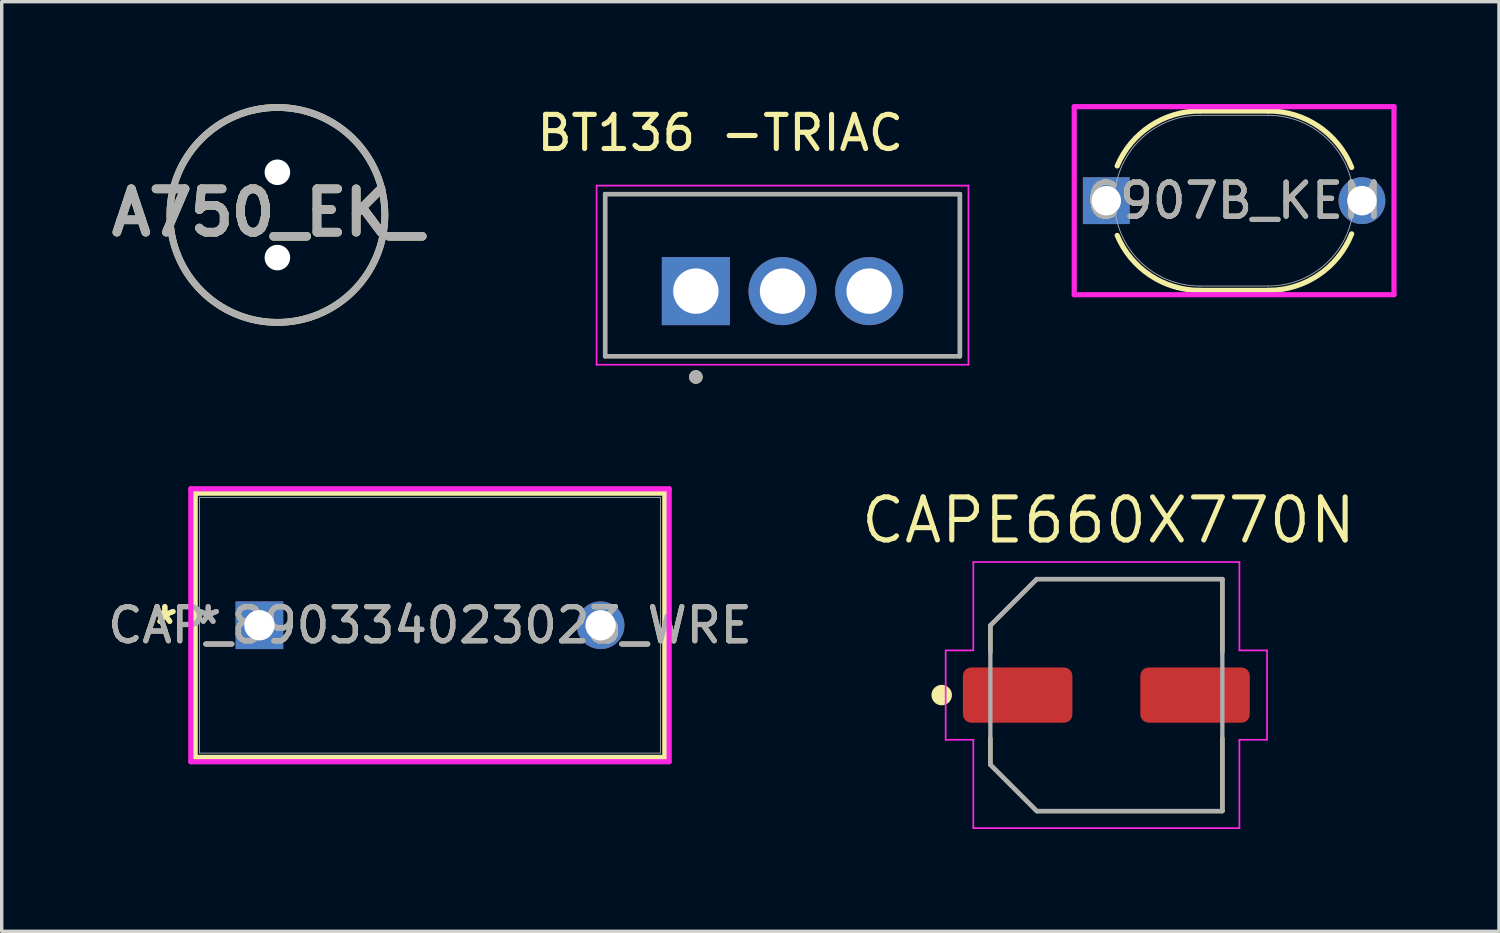
<source format=kicad_pcb>
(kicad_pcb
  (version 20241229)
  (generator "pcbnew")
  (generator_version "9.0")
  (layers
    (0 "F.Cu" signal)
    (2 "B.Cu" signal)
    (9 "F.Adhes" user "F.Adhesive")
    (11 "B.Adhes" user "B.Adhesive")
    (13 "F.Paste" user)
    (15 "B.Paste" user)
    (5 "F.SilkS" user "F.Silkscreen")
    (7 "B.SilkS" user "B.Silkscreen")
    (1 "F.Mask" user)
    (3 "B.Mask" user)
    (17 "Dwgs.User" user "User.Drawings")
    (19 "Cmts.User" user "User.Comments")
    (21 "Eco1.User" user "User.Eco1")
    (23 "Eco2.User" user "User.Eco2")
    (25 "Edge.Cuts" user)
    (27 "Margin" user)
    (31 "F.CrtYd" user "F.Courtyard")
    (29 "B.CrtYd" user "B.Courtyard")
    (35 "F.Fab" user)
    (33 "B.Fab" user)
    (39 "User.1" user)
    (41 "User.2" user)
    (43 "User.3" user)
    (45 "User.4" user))
  (footprint "CAP_890334023023_WRE"
    (layer "F.Cu")
    (at 4.554 15.277)
    (property "Reference" "CAP_890334023023_WRE" (at 5 0 0) (unlocked yes) (layer "F.SilkS") (effects (font (size 1 1) (thickness 0.15))))
    (attr through_hole)
    (fp_line (start -1.883 -3.873) (end -1.883 3.873) (stroke (width 0.152) (type solid)) (layer "F.SilkS"))
    (fp_line (start -1.883 3.873) (end 11.883 3.873) (stroke (width 0.152) (type solid)) (layer "F.SilkS"))
    (fp_line (start 11.883 -3.873) (end -1.883 -3.873) (stroke (width 0.152) (type solid)) (layer "F.SilkS"))
    (fp_line (start 11.883 3.873) (end 11.883 -3.873) (stroke (width 0.152) (type solid)) (layer "F.SilkS"))
    (fp_line (start -2.01 -4) (end 12.01 -4) (stroke (width 0.152) (type solid)) (layer "F.CrtYd"))
    (fp_line (start -2.01 4) (end -2.01 -4) (stroke (width 0.152) (type solid)) (layer "F.CrtYd"))
    (fp_line (start 12.01 -4) (end 12.01 4) (stroke (width 0.152) (type solid)) (layer "F.CrtYd"))
    (fp_line (start 12.01 4) (end -2.01 4) (stroke (width 0.152) (type solid)) (layer "F.CrtYd"))
    (fp_line (start -1.756 -3.747) (end -1.756 3.747) (stroke (width 0.025) (type solid)) (layer "F.Fab"))
    (fp_line (start -1.756 3.747) (end 11.756 3.747) (stroke (width 0.025) (type solid)) (layer "F.Fab"))
    (fp_line (start 11.756 -3.747) (end -1.756 -3.747) (stroke (width 0.025) (type solid)) (layer "F.Fab"))
    (fp_line (start 11.756 3.747) (end 11.756 -3.747) (stroke (width 0.025) (type solid)) (layer "F.Fab"))
    (fp_text user "*" (at -2.772 0 0) (unlocked yes) (layer "F.SilkS") (effects (font (size 1 1) (thickness 0.15))))
    (fp_text user "*" (at -2.772 0 0) (layer "F.SilkS") (effects (font (size 1 1) (thickness 0.15))))
    (fp_text user "*" (at -1.502 0 0) (unlocked yes) (layer "F.Fab") (effects (font (size 1 1) (thickness 0.15))))
    (fp_text user "*" (at -1.502 0 0) (layer "F.Fab") (effects (font (size 1 1) (thickness 0.15))))
    (fp_text user "${REFERENCE}" (at 5 0 0) (unlocked yes) (layer "F.Fab") (effects (font (size 1 1) (thickness 0.15))))
    (pad "1" thru_hole rect (at 0 0) (size 1.397 1.397) (drill 0.889) (layers "*.Cu" "*.Mask"))
    (pad "2" thru_hole circle (at 10 0) (size 1.397 1.397) (drill 0.889) (layers "*.Cu" "*.Mask")))
  (footprint "A750_EK_"
    (layer "F.Cu")
    (at 5.081 3.25)
    (property "Reference" "A750_EK_" (at -0.291 -0.069 0) (layer "F.SilkS") (effects (font (size 1.27 1.27) (thickness 0.254))))
    (attr through_hole)
    (fp_circle (center 0 0) (end 0 3.15) (stroke (width 0.2) (type solid)) (fill no) (layer "F.SilkS"))
    (fp_circle (center 0 0) (end 0 3.15) (stroke (width 0.2) (type solid)) (fill no) (layer "F.Fab"))
    (fp_text user "${REFERENCE}" (at -0.291 -0.069 0) (layer "F.Fab") (effects (font (size 1.27 1.27) (thickness 0.254))))
    (pad "" np_thru_hole circle (at 0 -1.25) (size 0.75 0.75) (drill 0.75) (layers "*.Cu" "*.Mask"))
    (pad "" np_thru_hole circle (at 0 1.25) (size 0.75 0.75) (drill 0.75) (layers "*.Cu" "*.Mask")))
  (footprint "C907B_KEM"
    (layer "F.Cu")
    (at 33.124 2.832)
    (property "Reference" "C907B_KEM" (at 0 0 0) (unlocked yes) (layer "F.SilkS") (effects (font (size 1 1) (thickness 0.15))))
    (attr through_hole)
    (fp_line (start -1.003 -2.629) (end 1.003 -2.629) (stroke (width 0.152) (type solid)) (layer "F.SilkS"))
    (fp_line (start -1.003 2.629) (end 1.003 2.629) (stroke (width 0.152) (type solid)) (layer "F.SilkS"))
    (fp_arc (start -3.42687 -1.01854) (mid -2.458201 -2.189607) (end -1.0033 -2.6289) (stroke (width 0.1524) (type solid)) (layer "F.SilkS"))
    (fp_arc (start -1.003297 2.6289) (mid -2.4582 2.189608) (end -3.42687 1.018541) (stroke (width 0.1524) (type solid)) (layer "F.SilkS"))
    (fp_arc (start 1.003299 -2.6289) (mid 2.478609 -2.175909) (end 3.445491 -0.973046) (stroke (width 0.1524) (type solid)) (layer "F.SilkS"))
    (fp_arc (start 3.445491 0.973045) (mid 2.47861 2.175908) (end 1.0033 2.6289) (stroke (width 0.1524) (type solid)) (layer "F.SilkS"))
    (fp_line (start -4.686 -2.756) (end 4.686 -2.756) (stroke (width 0.152) (type solid)) (layer "F.CrtYd"))
    (fp_line (start -4.686 2.756) (end -4.686 -2.756) (stroke (width 0.152) (type solid)) (layer "F.CrtYd"))
    (fp_line (start 4.686 -2.756) (end 4.686 2.756) (stroke (width 0.152) (type solid)) (layer "F.CrtYd"))
    (fp_line (start 4.686 2.756) (end -4.686 2.756) (stroke (width 0.152) (type solid)) (layer "F.CrtYd"))
    (fp_line (start -1.003 -2.502) (end 1.003 -2.502) (stroke (width 0.025) (type solid)) (layer "F.Fab"))
    (fp_line (start -1.003 2.502) (end 1.003 2.502) (stroke (width 0.025) (type solid)) (layer "F.Fab"))
    (fp_arc (start -1.0033 2.5019) (mid -3.5052 0) (end -1.0033 -2.5019) (stroke (width 0.0254) (type solid)) (layer "F.Fab"))
    (fp_arc (start 1.0033 -2.5019) (mid 3.5052 0) (end 1.0033 2.5019) (stroke (width 0.0254) (type solid)) (layer "F.Fab"))
    (fp_text user "${REFERENCE}" (at 0 0 0) (unlocked yes) (layer "F.Fab") (effects (font (size 1 1) (thickness 0.15))))
    (pad "1" thru_hole rect (at -3.747 0) (size 1.372 1.372) (drill 0.864) (layers "*.Cu" "*.Mask"))
    (pad "2" thru_hole circle (at 3.747 0) (size 1.372 1.372) (drill 0.864) (layers "*.Cu" "*.Mask")))
  (footprint "CAPE660X770N"
    (layer "F.Cu")
    (at 29.379 17.324)
    (property "Reference" "CAPE660X770N" (at 0.063 -5.123 0) (layer "F.SilkS") (effects (font (size 1.261 1.261) (thickness 0.15))))
    (attr smd)
    (fp_line (start -3.4 -2.04) (end -3.4 -1.27) (stroke (width 0.127) (type solid)) (layer "F.SilkS"))
    (fp_line (start -3.4 2.04) (end -3.4 1.27) (stroke (width 0.127) (type solid)) (layer "F.SilkS"))
    (fp_line (start -3.4 2.04) (end -2.04 3.4) (stroke (width 0.127) (type solid)) (layer "F.SilkS"))
    (fp_line (start -2.04 -3.4) (end -3.4 -2.04) (stroke (width 0.127) (type solid)) (layer "F.SilkS"))
    (fp_line (start -2.04 3.4) (end 3.4 3.4) (stroke (width 0.127) (type solid)) (layer "F.SilkS"))
    (fp_line (start 3.4 -3.4) (end -2.04 -3.4) (stroke (width 0.127) (type solid)) (layer "F.SilkS"))
    (fp_line (start 3.4 -3.4) (end 3.4 -1.27) (stroke (width 0.127) (type solid)) (layer "F.SilkS"))
    (fp_line (start 3.4 3.4) (end 3.4 1.27) (stroke (width 0.127) (type solid)) (layer "F.SilkS"))
    (fp_circle (center -4.826 0) (end -4.676 0) (stroke (width 0.3) (type solid)) (fill no) (layer "F.SilkS"))
    (fp_line (start -4.71 -1.31) (end -3.9 -1.31) (stroke (width 0.05) (type solid)) (layer "F.CrtYd"))
    (fp_line (start -4.71 1.31) (end -4.71 -1.31) (stroke (width 0.05) (type solid)) (layer "F.CrtYd"))
    (fp_line (start -3.9 -3.9) (end 3.9 -3.9) (stroke (width 0.05) (type solid)) (layer "F.CrtYd"))
    (fp_line (start -3.9 -1.31) (end -3.9 -3.9) (stroke (width 0.05) (type solid)) (layer "F.CrtYd"))
    (fp_line (start -3.9 1.31) (end -4.71 1.31) (stroke (width 0.05) (type solid)) (layer "F.CrtYd"))
    (fp_line (start -3.9 3.9) (end -3.9 1.31) (stroke (width 0.05) (type solid)) (layer "F.CrtYd"))
    (fp_line (start 3.9 -3.9) (end 3.9 -1.31) (stroke (width 0.05) (type solid)) (layer "F.CrtYd"))
    (fp_line (start 3.9 -1.31) (end 4.71 -1.31) (stroke (width 0.05) (type solid)) (layer "F.CrtYd"))
    (fp_line (start 3.9 1.31) (end 3.9 3.9) (stroke (width 0.05) (type solid)) (layer "F.CrtYd"))
    (fp_line (start 3.9 3.9) (end -3.9 3.9) (stroke (width 0.05) (type solid)) (layer "F.CrtYd"))
    (fp_line (start 4.71 -1.31) (end 4.71 1.31) (stroke (width 0.05) (type solid)) (layer "F.CrtYd"))
    (fp_line (start 4.71 1.31) (end 3.9 1.31) (stroke (width 0.05) (type solid)) (layer "F.CrtYd"))
    (fp_line (start -3.4 -2.04) (end -3.4 2.04) (stroke (width 0.127) (type solid)) (layer "F.Fab"))
    (fp_line (start -3.4 2.04) (end -2.04 3.4) (stroke (width 0.127) (type solid)) (layer "F.Fab"))
    (fp_line (start -2.04 -3.4) (end -3.4 -2.04) (stroke (width 0.127) (type solid)) (layer "F.Fab"))
    (fp_line (start -2.04 3.4) (end 3.4 3.4) (stroke (width 0.127) (type solid)) (layer "F.Fab"))
    (fp_line (start 3.4 -3.4) (end -2.04 -3.4) (stroke (width 0.127) (type solid)) (layer "F.Fab"))
    (fp_line (start 3.4 3.4) (end 3.4 -3.4) (stroke (width 0.127) (type solid)) (layer "F.Fab"))
    (pad "1" smd roundrect (at -2.6 0) (size 3.21 1.62) (layers "F.Cu" "F.Mask" "F.Paste") (roundrect_rratio 0.15))
    (pad "2" smd roundrect (at 2.6 0) (size 3.21 1.62) (layers "F.Cu" "F.Mask" "F.Paste") (roundrect_rratio 0.15)))
  (footprint "BT136 -TRIAC"
    (layer "F.Cu")
    (at 19.887 5.483)
    (property "Reference" "BT136 -TRIAC" (at -1.825 -4.635 0) (layer "F.SilkS") (effects (font (size 1 1) (thickness 0.15))))
    (attr through_hole)
    (fp_line (start -5.2 -2.843) (end 5.2 -2.843) (stroke (width 0.127) (type solid)) (layer "F.SilkS"))
    (fp_line (start -5.2 1.907) (end -5.2 -2.843) (stroke (width 0.127) (type solid)) (layer "F.SilkS"))
    (fp_line (start 5.2 -2.843) (end 5.2 1.907) (stroke (width 0.127) (type solid)) (layer "F.SilkS"))
    (fp_line (start 5.2 1.907) (end -5.2 1.907) (stroke (width 0.127) (type solid)) (layer "F.SilkS"))
    (fp_circle (center -2.54 2.517) (end -2.44 2.517) (stroke (width 0.2) (type solid)) (fill no) (layer "F.SilkS"))
    (fp_line (start -5.45 -3.093) (end 5.45 -3.093) (stroke (width 0.05) (type solid)) (layer "F.CrtYd"))
    (fp_line (start -5.45 2.157) (end -5.45 -3.093) (stroke (width 0.05) (type solid)) (layer "F.CrtYd"))
    (fp_line (start 5.45 -3.093) (end 5.45 2.157) (stroke (width 0.05) (type solid)) (layer "F.CrtYd"))
    (fp_line (start 5.45 2.157) (end -5.45 2.157) (stroke (width 0.05) (type solid)) (layer "F.CrtYd"))
    (fp_line (start -5.2 -2.843) (end 5.2 -2.843) (stroke (width 0.127) (type solid)) (layer "F.Fab"))
    (fp_line (start -5.2 1.907) (end -5.2 -2.843) (stroke (width 0.127) (type solid)) (layer "F.Fab"))
    (fp_line (start 5.2 -2.843) (end 5.2 1.907) (stroke (width 0.127) (type solid)) (layer "F.Fab"))
    (fp_line (start 5.2 1.907) (end -5.2 1.907) (stroke (width 0.127) (type solid)) (layer "F.Fab"))
    (fp_circle (center -2.54 2.517) (end -2.44 2.517) (stroke (width 0.2) (type solid)) (fill no) (layer "F.Fab"))
    (pad "1" thru_hole rect (at -2.54 0) (size 1.995 1.995) (drill 1.33) (layers "*.Cu" "*.Mask"))
    (pad "2" thru_hole circle (at 0 0) (size 1.995 1.995) (drill 1.33) (layers "*.Cu" "*.Mask"))
    (pad "3" thru_hole circle (at 2.54 0) (size 1.995 1.995) (drill 1.33) (layers "*.Cu" "*.Mask")))
  (gr_rect
    (start -3 -3)
    (end 40.887 24.249)
    (stroke (width 0.1) (type default))
    (fill no)
    (layer "Edge.Cuts")))
</source>
